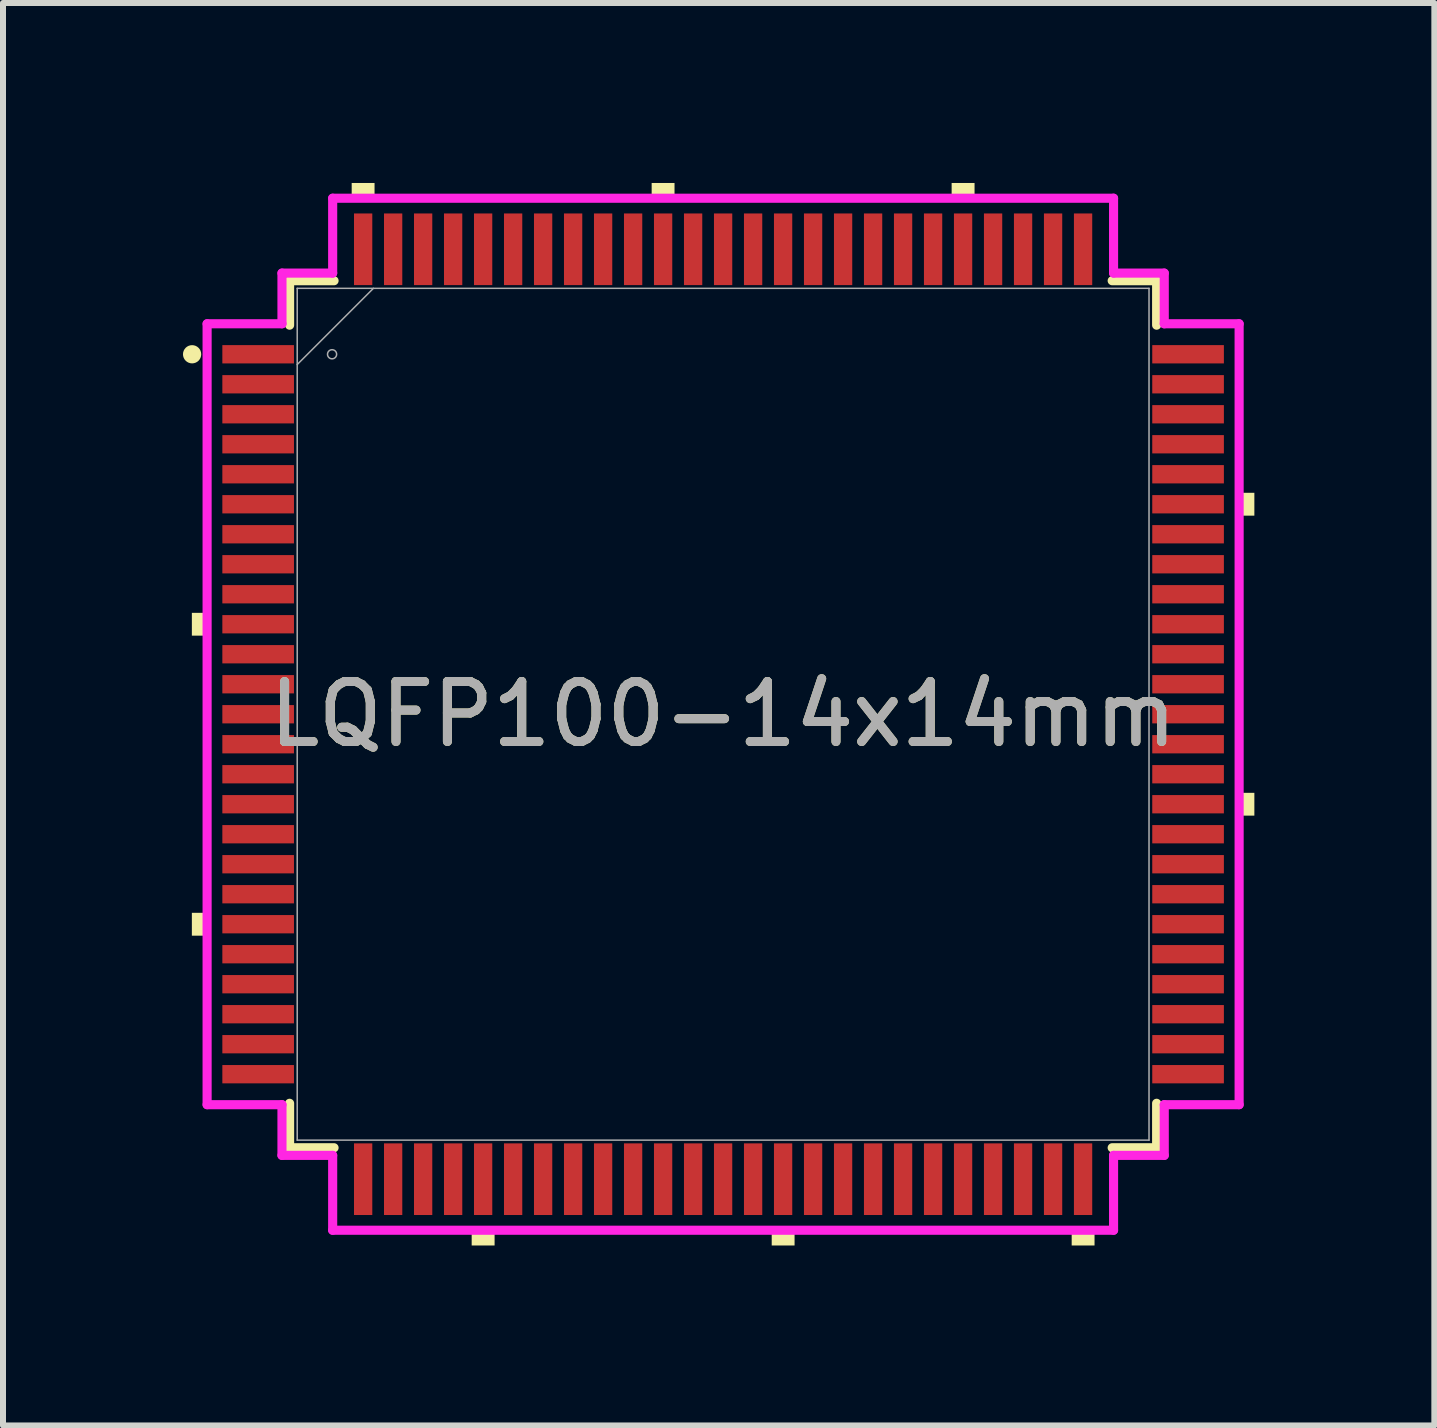
<source format=kicad_pcb>
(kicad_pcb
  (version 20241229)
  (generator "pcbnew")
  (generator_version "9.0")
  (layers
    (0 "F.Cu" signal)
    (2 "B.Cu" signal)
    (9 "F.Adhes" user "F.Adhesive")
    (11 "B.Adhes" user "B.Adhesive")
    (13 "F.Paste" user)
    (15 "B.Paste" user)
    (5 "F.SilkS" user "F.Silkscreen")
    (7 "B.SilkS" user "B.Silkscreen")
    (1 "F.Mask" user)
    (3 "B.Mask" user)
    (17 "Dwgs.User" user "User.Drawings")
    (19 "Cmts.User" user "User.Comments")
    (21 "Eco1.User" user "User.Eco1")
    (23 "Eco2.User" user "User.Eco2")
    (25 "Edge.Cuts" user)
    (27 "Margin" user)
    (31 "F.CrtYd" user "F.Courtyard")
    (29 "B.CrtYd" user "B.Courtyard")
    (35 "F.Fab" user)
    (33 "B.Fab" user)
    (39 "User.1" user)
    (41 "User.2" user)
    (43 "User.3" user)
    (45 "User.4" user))
  (footprint "LQFP100-14x14mm"
    (layer "F.Cu")
    (at 9.003 8.855)
    (property "Reference" "LQFP100-14x14mm" (at 0 0 0) (unlocked yes) (layer "F.SilkS") (effects (font (size 1 1) (thickness 0.15))))
    (attr smd)
    (fp_line (start -7.226 -7.226) (end -7.226 -6.485) (stroke (width 0.152) (type solid)) (layer "F.SilkS"))
    (fp_line (start -7.226 6.485) (end -7.226 7.226) (stroke (width 0.152) (type solid)) (layer "F.SilkS"))
    (fp_line (start -7.226 7.226) (end -6.485 7.226) (stroke (width 0.152) (type solid)) (layer "F.SilkS"))
    (fp_line (start -6.485 -7.226) (end -7.226 -7.226) (stroke (width 0.152) (type solid)) (layer "F.SilkS"))
    (fp_line (start 6.485 7.226) (end 7.226 7.226) (stroke (width 0.152) (type solid)) (layer "F.SilkS"))
    (fp_line (start 7.226 -7.226) (end 6.485 -7.226) (stroke (width 0.152) (type solid)) (layer "F.SilkS"))
    (fp_line (start 7.226 -6.485) (end 7.226 -7.226) (stroke (width 0.152) (type solid)) (layer "F.SilkS"))
    (fp_line (start 7.226 7.226) (end 7.226 6.485) (stroke (width 0.152) (type solid)) (layer "F.SilkS"))
    (fp_circle (center -8.851 -6) (end -8.775 -6) (stroke (width 0.152) (type solid)) (fill no) (layer "F.SilkS"))
    (fp_poly (pts (xy -8.855 -1.69) (xy -8.855 -1.31) (xy -8.601 -1.31) (xy -8.601 -1.69)) (stroke (width 0) (type solid)) (fill yes) (layer "F.SilkS"))
    (fp_poly (pts (xy -8.855 3.31) (xy -8.855 3.691) (xy -8.601 3.691) (xy -8.601 3.31)) (stroke (width 0) (type solid)) (fill yes) (layer "F.SilkS"))
    (fp_poly (pts (xy -6.191 -8.601) (xy -6.191 -8.855) (xy -5.81 -8.855) (xy -5.81 -8.601)) (stroke (width 0) (type solid)) (fill yes) (layer "F.SilkS"))
    (fp_poly (pts (xy -4.191 8.601) (xy -4.191 8.855) (xy -3.809 8.855) (xy -3.809 8.601)) (stroke (width 0) (type solid)) (fill yes) (layer "F.SilkS"))
    (fp_poly (pts (xy -1.191 -8.601) (xy -1.191 -8.855) (xy -0.81 -8.855) (xy -0.81 -8.601)) (stroke (width 0) (type solid)) (fill yes) (layer "F.SilkS"))
    (fp_poly (pts (xy 0.81 8.601) (xy 0.81 8.855) (xy 1.191 8.855) (xy 1.191 8.601)) (stroke (width 0) (type solid)) (fill yes) (layer "F.SilkS"))
    (fp_poly (pts (xy 3.809 -8.601) (xy 3.809 -8.855) (xy 4.191 -8.855) (xy 4.191 -8.601)) (stroke (width 0) (type solid)) (fill yes) (layer "F.SilkS"))
    (fp_poly (pts (xy 5.81 8.601) (xy 5.81 8.855) (xy 6.191 8.855) (xy 6.191 8.601)) (stroke (width 0) (type solid)) (fill yes) (layer "F.SilkS"))
    (fp_poly (pts (xy 8.855 -3.691) (xy 8.855 -3.31) (xy 8.601 -3.31) (xy 8.601 -3.691)) (stroke (width 0) (type solid)) (fill yes) (layer "F.SilkS"))
    (fp_poly (pts (xy 8.855 1.31) (xy 8.855 1.69) (xy 8.601 1.69) (xy 8.601 1.31)) (stroke (width 0) (type solid)) (fill yes) (layer "F.SilkS"))
    (fp_line (start -8.601 -6.508) (end -7.353 -6.508) (stroke (width 0.152) (type solid)) (layer "F.CrtYd"))
    (fp_line (start -8.601 6.508) (end -8.601 -6.508) (stroke (width 0.152) (type solid)) (layer "F.CrtYd"))
    (fp_line (start -7.353 -7.353) (end -6.508 -7.353) (stroke (width 0.152) (type solid)) (layer "F.CrtYd"))
    (fp_line (start -7.353 -6.508) (end -7.353 -7.353) (stroke (width 0.152) (type solid)) (layer "F.CrtYd"))
    (fp_line (start -7.353 6.508) (end -8.601 6.508) (stroke (width 0.152) (type solid)) (layer "F.CrtYd"))
    (fp_line (start -7.353 7.353) (end -7.353 6.508) (stroke (width 0.152) (type solid)) (layer "F.CrtYd"))
    (fp_line (start -6.508 -8.601) (end 6.508 -8.601) (stroke (width 0.152) (type solid)) (layer "F.CrtYd"))
    (fp_line (start -6.508 -7.353) (end -6.508 -8.601) (stroke (width 0.152) (type solid)) (layer "F.CrtYd"))
    (fp_line (start -6.508 7.353) (end -7.353 7.353) (stroke (width 0.152) (type solid)) (layer "F.CrtYd"))
    (fp_line (start -6.508 8.601) (end -6.508 7.353) (stroke (width 0.152) (type solid)) (layer "F.CrtYd"))
    (fp_line (start 6.508 -8.601) (end 6.508 -7.353) (stroke (width 0.152) (type solid)) (layer "F.CrtYd"))
    (fp_line (start 6.508 -7.353) (end 7.353 -7.353) (stroke (width 0.152) (type solid)) (layer "F.CrtYd"))
    (fp_line (start 6.508 7.353) (end 6.508 8.601) (stroke (width 0.152) (type solid)) (layer "F.CrtYd"))
    (fp_line (start 6.508 8.601) (end -6.508 8.601) (stroke (width 0.152) (type solid)) (layer "F.CrtYd"))
    (fp_line (start 7.353 -7.353) (end 7.353 -6.508) (stroke (width 0.152) (type solid)) (layer "F.CrtYd"))
    (fp_line (start 7.353 -6.508) (end 8.601 -6.508) (stroke (width 0.152) (type solid)) (layer "F.CrtYd"))
    (fp_line (start 7.353 6.508) (end 7.353 7.353) (stroke (width 0.152) (type solid)) (layer "F.CrtYd"))
    (fp_line (start 7.353 7.353) (end 6.508 7.353) (stroke (width 0.152) (type solid)) (layer "F.CrtYd"))
    (fp_line (start 8.601 -6.508) (end 8.601 6.508) (stroke (width 0.152) (type solid)) (layer "F.CrtYd"))
    (fp_line (start 8.601 6.508) (end 7.353 6.508) (stroke (width 0.152) (type solid)) (layer "F.CrtYd"))
    (fp_line (start -7.099 -7.099) (end -7.099 7.099) (stroke (width 0.025) (type solid)) (layer "F.Fab"))
    (fp_line (start -7.099 -5.829) (end -5.829 -7.099) (stroke (width 0.025) (type solid)) (layer "F.Fab"))
    (fp_line (start -7.099 7.099) (end 7.099 7.099) (stroke (width 0.025) (type solid)) (layer "F.Fab"))
    (fp_line (start 7.099 -7.099) (end -7.099 -7.099) (stroke (width 0.025) (type solid)) (layer "F.Fab"))
    (fp_line (start 7.099 7.099) (end 7.099 -7.099) (stroke (width 0.025) (type solid)) (layer "F.Fab"))
    (fp_circle (center -6.518 -6) (end -6.442 -6) (stroke (width 0.025) (type solid)) (fill no) (layer "F.Fab"))
    (fp_text user "${REFERENCE}" (at 0 0 0) (unlocked yes) (layer "F.Fab") (effects (font (size 1 1) (thickness 0.15))))
    (pad "1" smd rect (at -7.75 -6) (size 1.194 0.305) (layers "F.Cu" "F.Mask" "F.Paste"))
    (pad "2" smd rect (at -7.75 -5.5) (size 1.194 0.305) (layers "F.Cu" "F.Mask" "F.Paste"))
    (pad "3" smd rect (at -7.75 -5) (size 1.194 0.305) (layers "F.Cu" "F.Mask" "F.Paste"))
    (pad "4" smd rect (at -7.75 -4.5) (size 1.194 0.305) (layers "F.Cu" "F.Mask" "F.Paste"))
    (pad "5" smd rect (at -7.75 -4) (size 1.194 0.305) (layers "F.Cu" "F.Mask" "F.Paste"))
    (pad "6" smd rect (at -7.75 -3.5) (size 1.194 0.305) (layers "F.Cu" "F.Mask" "F.Paste"))
    (pad "7" smd rect (at -7.75 -3) (size 1.194 0.305) (layers "F.Cu" "F.Mask" "F.Paste"))
    (pad "8" smd rect (at -7.75 -2.5) (size 1.194 0.305) (layers "F.Cu" "F.Mask" "F.Paste"))
    (pad "9" smd rect (at -7.75 -2) (size 1.194 0.305) (layers "F.Cu" "F.Mask" "F.Paste"))
    (pad "10" smd rect (at -7.75 -1.5) (size 1.194 0.305) (layers "F.Cu" "F.Mask" "F.Paste"))
    (pad "11" smd rect (at -7.75 -1) (size 1.194 0.305) (layers "F.Cu" "F.Mask" "F.Paste"))
    (pad "12" smd rect (at -7.75 -0.5) (size 1.194 0.305) (layers "F.Cu" "F.Mask" "F.Paste"))
    (pad "13" smd rect (at -7.75 0) (size 1.194 0.305) (layers "F.Cu" "F.Mask" "F.Paste"))
    (pad "14" smd rect (at -7.75 0.5) (size 1.194 0.305) (layers "F.Cu" "F.Mask" "F.Paste"))
    (pad "15" smd rect (at -7.75 1) (size 1.194 0.305) (layers "F.Cu" "F.Mask" "F.Paste"))
    (pad "16" smd rect (at -7.75 1.5) (size 1.194 0.305) (layers "F.Cu" "F.Mask" "F.Paste"))
    (pad "17" smd rect (at -7.75 2) (size 1.194 0.305) (layers "F.Cu" "F.Mask" "F.Paste"))
    (pad "18" smd rect (at -7.75 2.5) (size 1.194 0.305) (layers "F.Cu" "F.Mask" "F.Paste"))
    (pad "19" smd rect (at -7.75 3) (size 1.194 0.305) (layers "F.Cu" "F.Mask" "F.Paste"))
    (pad "20" smd rect (at -7.75 3.5) (size 1.194 0.305) (layers "F.Cu" "F.Mask" "F.Paste"))
    (pad "21" smd rect (at -7.75 4) (size 1.194 0.305) (layers "F.Cu" "F.Mask" "F.Paste"))
    (pad "22" smd rect (at -7.75 4.5) (size 1.194 0.305) (layers "F.Cu" "F.Mask" "F.Paste"))
    (pad "23" smd rect (at -7.75 5) (size 1.194 0.305) (layers "F.Cu" "F.Mask" "F.Paste"))
    (pad "24" smd rect (at -7.75 5.5) (size 1.194 0.305) (layers "F.Cu" "F.Mask" "F.Paste"))
    (pad "25" smd rect (at -7.75 6) (size 1.194 0.305) (layers "F.Cu" "F.Mask" "F.Paste"))
    (pad "26" smd rect (at -6 7.75 90) (size 1.194 0.305) (layers "F.Cu" "F.Mask" "F.Paste"))
    (pad "27" smd rect (at -5.5 7.75 90) (size 1.194 0.305) (layers "F.Cu" "F.Mask" "F.Paste"))
    (pad "28" smd rect (at -5 7.75 90) (size 1.194 0.305) (layers "F.Cu" "F.Mask" "F.Paste"))
    (pad "29" smd rect (at -4.5 7.75 90) (size 1.194 0.305) (layers "F.Cu" "F.Mask" "F.Paste"))
    (pad "30" smd rect (at -4 7.75 90) (size 1.194 0.305) (layers "F.Cu" "F.Mask" "F.Paste"))
    (pad "31" smd rect (at -3.5 7.75 90) (size 1.194 0.305) (layers "F.Cu" "F.Mask" "F.Paste"))
    (pad "32" smd rect (at -3 7.75 90) (size 1.194 0.305) (layers "F.Cu" "F.Mask" "F.Paste"))
    (pad "33" smd rect (at -2.5 7.75 90) (size 1.194 0.305) (layers "F.Cu" "F.Mask" "F.Paste"))
    (pad "34" smd rect (at -2 7.75 90) (size 1.194 0.305) (layers "F.Cu" "F.Mask" "F.Paste"))
    (pad "35" smd rect (at -1.5 7.75 90) (size 1.194 0.305) (layers "F.Cu" "F.Mask" "F.Paste"))
    (pad "36" smd rect (at -1 7.75 90) (size 1.194 0.305) (layers "F.Cu" "F.Mask" "F.Paste"))
    (pad "37" smd rect (at -0.5 7.75 90) (size 1.194 0.305) (layers "F.Cu" "F.Mask" "F.Paste"))
    (pad "38" smd rect (at 0 7.75 90) (size 1.194 0.305) (layers "F.Cu" "F.Mask" "F.Paste"))
    (pad "39" smd rect (at 0.5 7.75 90) (size 1.194 0.305) (layers "F.Cu" "F.Mask" "F.Paste"))
    (pad "40" smd rect (at 1 7.75 90) (size 1.194 0.305) (layers "F.Cu" "F.Mask" "F.Paste"))
    (pad "41" smd rect (at 1.5 7.75 90) (size 1.194 0.305) (layers "F.Cu" "F.Mask" "F.Paste"))
    (pad "42" smd rect (at 2 7.75 90) (size 1.194 0.305) (layers "F.Cu" "F.Mask" "F.Paste"))
    (pad "43" smd rect (at 2.5 7.75 90) (size 1.194 0.305) (layers "F.Cu" "F.Mask" "F.Paste"))
    (pad "44" smd rect (at 3 7.75 90) (size 1.194 0.305) (layers "F.Cu" "F.Mask" "F.Paste"))
    (pad "45" smd rect (at 3.5 7.75 90) (size 1.194 0.305) (layers "F.Cu" "F.Mask" "F.Paste"))
    (pad "46" smd rect (at 4 7.75 90) (size 1.194 0.305) (layers "F.Cu" "F.Mask" "F.Paste"))
    (pad "47" smd rect (at 4.5 7.75 90) (size 1.194 0.305) (layers "F.Cu" "F.Mask" "F.Paste"))
    (pad "48" smd rect (at 5 7.75 90) (size 1.194 0.305) (layers "F.Cu" "F.Mask" "F.Paste"))
    (pad "49" smd rect (at 5.5 7.75 90) (size 1.194 0.305) (layers "F.Cu" "F.Mask" "F.Paste"))
    (pad "50" smd rect (at 6 7.75 90) (size 1.194 0.305) (layers "F.Cu" "F.Mask" "F.Paste"))
    (pad "51" smd rect (at 7.75 6) (size 1.194 0.305) (layers "F.Cu" "F.Mask" "F.Paste"))
    (pad "52" smd rect (at 7.75 5.5) (size 1.194 0.305) (layers "F.Cu" "F.Mask" "F.Paste"))
    (pad "53" smd rect (at 7.75 5) (size 1.194 0.305) (layers "F.Cu" "F.Mask" "F.Paste"))
    (pad "54" smd rect (at 7.75 4.5) (size 1.194 0.305) (layers "F.Cu" "F.Mask" "F.Paste"))
    (pad "55" smd rect (at 7.75 4) (size 1.194 0.305) (layers "F.Cu" "F.Mask" "F.Paste"))
    (pad "56" smd rect (at 7.75 3.5) (size 1.194 0.305) (layers "F.Cu" "F.Mask" "F.Paste"))
    (pad "57" smd rect (at 7.75 3) (size 1.194 0.305) (layers "F.Cu" "F.Mask" "F.Paste"))
    (pad "58" smd rect (at 7.75 2.5) (size 1.194 0.305) (layers "F.Cu" "F.Mask" "F.Paste"))
    (pad "59" smd rect (at 7.75 2) (size 1.194 0.305) (layers "F.Cu" "F.Mask" "F.Paste"))
    (pad "60" smd rect (at 7.75 1.5) (size 1.194 0.305) (layers "F.Cu" "F.Mask" "F.Paste"))
    (pad "61" smd rect (at 7.75 1) (size 1.194 0.305) (layers "F.Cu" "F.Mask" "F.Paste"))
    (pad "62" smd rect (at 7.75 0.5) (size 1.194 0.305) (layers "F.Cu" "F.Mask" "F.Paste"))
    (pad "63" smd rect (at 7.75 0) (size 1.194 0.305) (layers "F.Cu" "F.Mask" "F.Paste"))
    (pad "64" smd rect (at 7.75 -0.5) (size 1.194 0.305) (layers "F.Cu" "F.Mask" "F.Paste"))
    (pad "65" smd rect (at 7.75 -1) (size 1.194 0.305) (layers "F.Cu" "F.Mask" "F.Paste"))
    (pad "66" smd rect (at 7.75 -1.5) (size 1.194 0.305) (layers "F.Cu" "F.Mask" "F.Paste"))
    (pad "67" smd rect (at 7.75 -2) (size 1.194 0.305) (layers "F.Cu" "F.Mask" "F.Paste"))
    (pad "68" smd rect (at 7.75 -2.5) (size 1.194 0.305) (layers "F.Cu" "F.Mask" "F.Paste"))
    (pad "69" smd rect (at 7.75 -3) (size 1.194 0.305) (layers "F.Cu" "F.Mask" "F.Paste"))
    (pad "70" smd rect (at 7.75 -3.5) (size 1.194 0.305) (layers "F.Cu" "F.Mask" "F.Paste"))
    (pad "71" smd rect (at 7.75 -4) (size 1.194 0.305) (layers "F.Cu" "F.Mask" "F.Paste"))
    (pad "72" smd rect (at 7.75 -4.5) (size 1.194 0.305) (layers "F.Cu" "F.Mask" "F.Paste"))
    (pad "73" smd rect (at 7.75 -5) (size 1.194 0.305) (layers "F.Cu" "F.Mask" "F.Paste"))
    (pad "74" smd rect (at 7.75 -5.5) (size 1.194 0.305) (layers "F.Cu" "F.Mask" "F.Paste"))
    (pad "75" smd rect (at 7.75 -6) (size 1.194 0.305) (layers "F.Cu" "F.Mask" "F.Paste"))
    (pad "76" smd rect (at 6 -7.75 90) (size 1.194 0.305) (layers "F.Cu" "F.Mask" "F.Paste"))
    (pad "77" smd rect (at 5.5 -7.75 90) (size 1.194 0.305) (layers "F.Cu" "F.Mask" "F.Paste"))
    (pad "78" smd rect (at 5 -7.75 90) (size 1.194 0.305) (layers "F.Cu" "F.Mask" "F.Paste"))
    (pad "79" smd rect (at 4.5 -7.75 90) (size 1.194 0.305) (layers "F.Cu" "F.Mask" "F.Paste"))
    (pad "80" smd rect (at 4 -7.75 90) (size 1.194 0.305) (layers "F.Cu" "F.Mask" "F.Paste"))
    (pad "81" smd rect (at 3.5 -7.75 90) (size 1.194 0.305) (layers "F.Cu" "F.Mask" "F.Paste"))
    (pad "82" smd rect (at 3 -7.75 90) (size 1.194 0.305) (layers "F.Cu" "F.Mask" "F.Paste"))
    (pad "83" smd rect (at 2.5 -7.75 90) (size 1.194 0.305) (layers "F.Cu" "F.Mask" "F.Paste"))
    (pad "84" smd rect (at 2 -7.75 90) (size 1.194 0.305) (layers "F.Cu" "F.Mask" "F.Paste"))
    (pad "85" smd rect (at 1.5 -7.75 90) (size 1.194 0.305) (layers "F.Cu" "F.Mask" "F.Paste"))
    (pad "86" smd rect (at 1 -7.75 90) (size 1.194 0.305) (layers "F.Cu" "F.Mask" "F.Paste"))
    (pad "87" smd rect (at 0.5 -7.75 90) (size 1.194 0.305) (layers "F.Cu" "F.Mask" "F.Paste"))
    (pad "88" smd rect (at 0 -7.75 90) (size 1.194 0.305) (layers "F.Cu" "F.Mask" "F.Paste"))
    (pad "89" smd rect (at -0.5 -7.75 90) (size 1.194 0.305) (layers "F.Cu" "F.Mask" "F.Paste"))
    (pad "90" smd rect (at -1 -7.75 90) (size 1.194 0.305) (layers "F.Cu" "F.Mask" "F.Paste"))
    (pad "91" smd rect (at -1.5 -7.75 90) (size 1.194 0.305) (layers "F.Cu" "F.Mask" "F.Paste"))
    (pad "92" smd rect (at -2 -7.75 90) (size 1.194 0.305) (layers "F.Cu" "F.Mask" "F.Paste"))
    (pad "93" smd rect (at -2.5 -7.75 90) (size 1.194 0.305) (layers "F.Cu" "F.Mask" "F.Paste"))
    (pad "94" smd rect (at -3 -7.75 90) (size 1.194 0.305) (layers "F.Cu" "F.Mask" "F.Paste"))
    (pad "95" smd rect (at -3.5 -7.75 90) (size 1.194 0.305) (layers "F.Cu" "F.Mask" "F.Paste"))
    (pad "96" smd rect (at -4 -7.75 90) (size 1.194 0.305) (layers "F.Cu" "F.Mask" "F.Paste"))
    (pad "97" smd rect (at -4.5 -7.75 90) (size 1.194 0.305) (layers "F.Cu" "F.Mask" "F.Paste"))
    (pad "98" smd rect (at -5 -7.75 90) (size 1.194 0.305) (layers "F.Cu" "F.Mask" "F.Paste"))
    (pad "99" smd rect (at -5.5 -7.75 90) (size 1.194 0.305) (layers "F.Cu" "F.Mask" "F.Paste"))
    (pad "100" smd rect (at -6 -7.75 90) (size 1.194 0.305) (layers "F.Cu" "F.Mask" "F.Paste")))
  (gr_rect
    (start -3 -3)
    (end 20.858 20.71)
    (stroke (width 0.1) (type default))
    (fill no)
    (layer "Edge.Cuts")))
</source>
